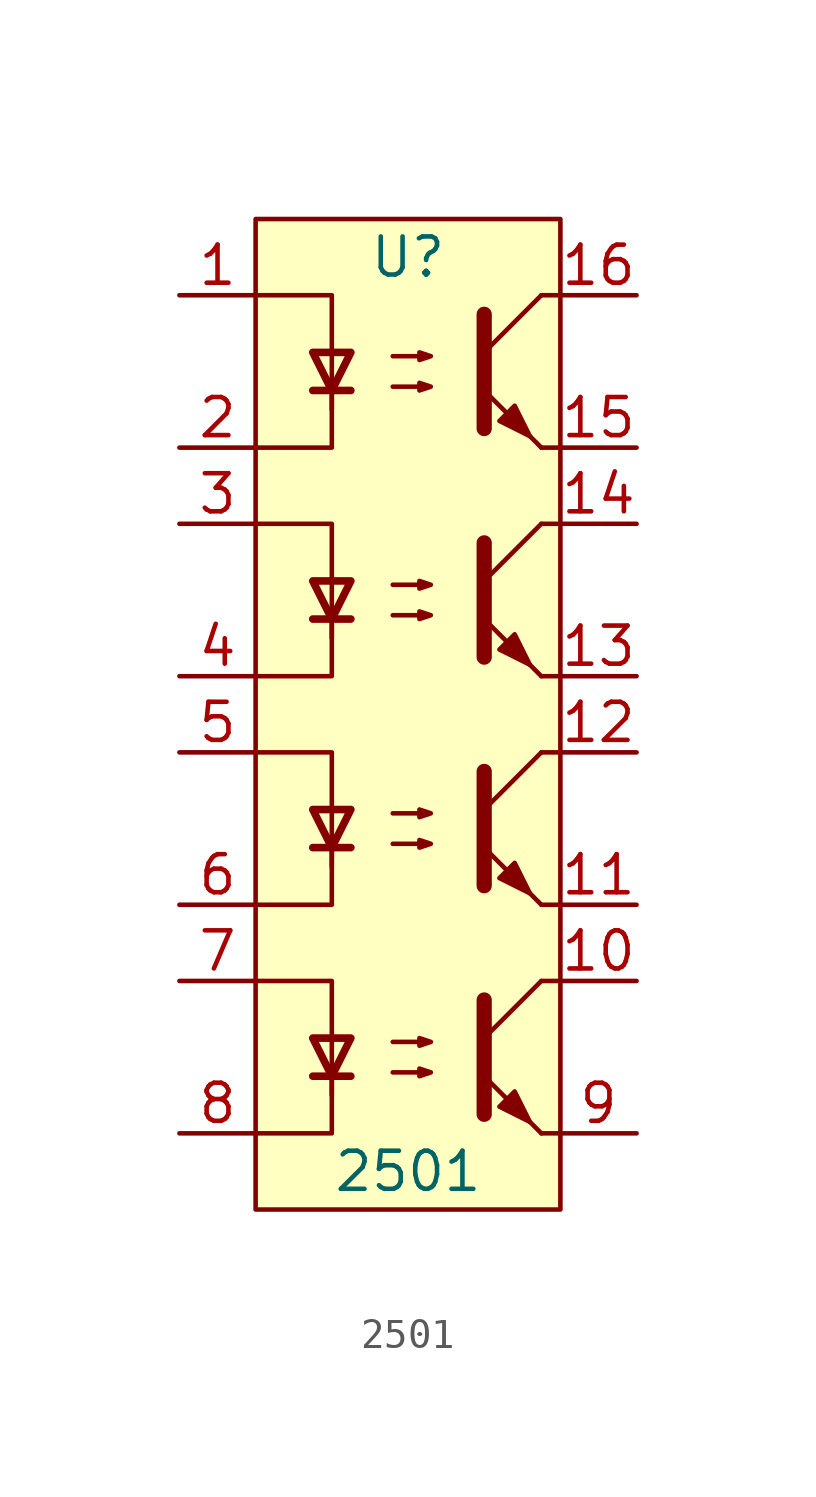
<source format=kicad_sym>
(kicad_symbol_lib
  (version 20211014)
  (generator kicad_symbol_editor)
  (symbol "2501"
    (pin_names
      (offset 1.016))
    (property "Reference" "U"
      (at 0 10.16 0)
      (effects (font (size 1.27 1.27))))
    (property "Value" "2501"
      (at 0 -20.32 0)
      (effects (font (size 1.27 1.27))))
    (symbol "2501_0_1"
      (rectangle (start -5.08 11.43) (end 5.08 -21.59) (stroke (width 0) (type default) (color 0 0 0 0)) (fill (type background))))
    (symbol "2501_1_1"
      (polyline (pts (xy -3.175 -17.145) (xy -1.905 -17.145)) (stroke (width 0.254) (type default) (color 0 0 0 0)) (fill (type none)))
      (polyline (pts (xy -3.175 -9.525) (xy -1.905 -9.525)) (stroke (width 0.254) (type default) (color 0 0 0 0)) (fill (type none)))
      (polyline (pts (xy -3.175 -1.905) (xy -1.905 -1.905)) (stroke (width 0.254) (type default) (color 0 0 0 0)) (fill (type none)))
      (polyline (pts (xy -3.175 5.715) (xy -1.905 5.715)) (stroke (width 0.254) (type default) (color 0 0 0 0)) (fill (type none)))
      (polyline (pts (xy 2.54 -15.875) (xy 4.445 -13.97)) (stroke (width 0) (type default) (color 0 0 0 0)) (fill (type none)))
      (polyline (pts (xy 2.54 -8.255) (xy 4.445 -6.35)) (stroke (width 0) (type default) (color 0 0 0 0)) (fill (type none)))
      (polyline (pts (xy 2.54 -0.635) (xy 4.445 1.27)) (stroke (width 0) (type default) (color 0 0 0 0)) (fill (type none)))
      (polyline (pts (xy 2.54 6.985) (xy 4.445 8.89)) (stroke (width 0) (type default) (color 0 0 0 0)) (fill (type none)))
      (polyline (pts (xy 4.445 -19.05) (xy 2.54 -17.145)) (stroke (width 0) (type default) (color 0 0 0 0)) (fill (type outline)))
      (polyline (pts (xy 4.445 -19.05) (xy 5.08 -19.05)) (stroke (width 0) (type default) (color 0 0 0 0)) (fill (type none)))
      (polyline (pts (xy 4.445 -13.97) (xy 5.08 -13.97)) (stroke (width 0) (type default) (color 0 0 0 0)) (fill (type none)))
      (polyline (pts (xy 4.445 -11.43) (xy 2.54 -9.525)) (stroke (width 0) (type default) (color 0 0 0 0)) (fill (type outline)))
      (polyline (pts (xy 4.445 -11.43) (xy 5.08 -11.43)) (stroke (width 0) (type default) (color 0 0 0 0)) (fill (type none)))
      (polyline (pts (xy 4.445 -6.35) (xy 5.08 -6.35)) (stroke (width 0) (type default) (color 0 0 0 0)) (fill (type none)))
      (polyline (pts (xy 4.445 -3.81) (xy 2.54 -1.905)) (stroke (width 0) (type default) (color 0 0 0 0)) (fill (type outline)))
      (polyline (pts (xy 4.445 -3.81) (xy 5.08 -3.81)) (stroke (width 0) (type default) (color 0 0 0 0)) (fill (type none)))
      (polyline (pts (xy 4.445 1.27) (xy 5.08 1.27)) (stroke (width 0) (type default) (color 0 0 0 0)) (fill (type none)))
      (polyline (pts (xy 4.445 3.81) (xy 2.54 5.715)) (stroke (width 0) (type default) (color 0 0 0 0)) (fill (type outline)))
      (polyline (pts (xy 4.445 3.81) (xy 5.08 3.81)) (stroke (width 0) (type default) (color 0 0 0 0)) (fill (type none)))
      (polyline (pts (xy 4.445 8.89) (xy 5.08 8.89)) (stroke (width 0) (type default) (color 0 0 0 0)) (fill (type none)))
      (polyline (pts (xy -2.54 -17.145) (xy -2.54 -19.05) (xy -5.08 -19.05)) (stroke (width 0) (type default) (color 0 0 0 0)) (fill (type none)))
      (polyline (pts (xy -2.54 -9.525) (xy -2.54 -11.43) (xy -5.08 -11.43)) (stroke (width 0) (type default) (color 0 0 0 0)) (fill (type none)))
      (polyline (pts (xy -2.54 -1.905) (xy -2.54 -3.81) (xy -5.08 -3.81)) (stroke (width 0) (type default) (color 0 0 0 0)) (fill (type none)))
      (polyline (pts (xy -2.54 5.715) (xy -2.54 3.81) (xy -5.08 3.81)) (stroke (width 0) (type default) (color 0 0 0 0)) (fill (type none)))
      (polyline (pts (xy 2.54 -14.605) (xy 2.54 -18.415) (xy 2.54 -18.415)) (stroke (width 0.508) (type default) (color 0 0 0 0)) (fill (type none)))
      (polyline (pts (xy 2.54 -6.985) (xy 2.54 -10.795) (xy 2.54 -10.795)) (stroke (width 0.508) (type default) (color 0 0 0 0)) (fill (type none)))
      (polyline (pts (xy 2.54 0.635) (xy 2.54 -3.175) (xy 2.54 -3.175)) (stroke (width 0.508) (type default) (color 0 0 0 0)) (fill (type none)))
      (polyline (pts (xy 2.54 8.255) (xy 2.54 4.445) (xy 2.54 4.445)) (stroke (width 0.508) (type default) (color 0 0 0 0)) (fill (type none)))
      (polyline (pts (xy -5.08 -13.97) (xy -2.54 -13.97) (xy -2.54 -17.78) (xy -2.54 -15.875)) (stroke (width 0) (type default) (color 0 0 0 0)) (fill (type none)))
      (polyline (pts (xy -5.08 -6.35) (xy -2.54 -6.35) (xy -2.54 -10.16) (xy -2.54 -8.255)) (stroke (width 0) (type default) (color 0 0 0 0)) (fill (type none)))
      (polyline (pts (xy -5.08 1.27) (xy -2.54 1.27) (xy -2.54 -2.54) (xy -2.54 -0.635)) (stroke (width 0) (type default) (color 0 0 0 0)) (fill (type none)))
      (polyline (pts (xy -5.08 8.89) (xy -2.54 8.89) (xy -2.54 5.08) (xy -2.54 6.985)) (stroke (width 0) (type default) (color 0 0 0 0)) (fill (type none)))
      (polyline (pts (xy -2.54 -17.145) (xy -3.175 -15.875) (xy -1.905 -15.875) (xy -2.54 -17.145)) (stroke (width 0.254) (type default) (color 0 0 0 0)) (fill (type none)))
      (polyline (pts (xy -2.54 -9.525) (xy -3.175 -8.255) (xy -1.905 -8.255) (xy -2.54 -9.525)) (stroke (width 0.254) (type default) (color 0 0 0 0)) (fill (type none)))
      (polyline (pts (xy -2.54 -1.905) (xy -3.175 -0.635) (xy -1.905 -0.635) (xy -2.54 -1.905)) (stroke (width 0.254) (type default) (color 0 0 0 0)) (fill (type none)))
      (polyline (pts (xy -2.54 5.715) (xy -3.175 6.985) (xy -1.905 6.985) (xy -2.54 5.715)) (stroke (width 0.254) (type default) (color 0 0 0 0)) (fill (type none)))
      (polyline (pts (xy -0.508 -17.018) (xy 0.762 -17.018) (xy 0.381 -17.145) (xy 0.381 -16.891) (xy 0.762 -17.018)) (stroke (width 0) (type default) (color 0 0 0 0)) (fill (type none)))
      (polyline (pts (xy -0.508 -16.002) (xy 0.762 -16.002) (xy 0.381 -16.129) (xy 0.381 -15.875) (xy 0.762 -16.002)) (stroke (width 0) (type default) (color 0 0 0 0)) (fill (type none)))
      (polyline (pts (xy -0.508 -9.398) (xy 0.762 -9.398) (xy 0.381 -9.525) (xy 0.381 -9.271) (xy 0.762 -9.398)) (stroke (width 0) (type default) (color 0 0 0 0)) (fill (type none)))
      (polyline (pts (xy -0.508 -8.382) (xy 0.762 -8.382) (xy 0.381 -8.509) (xy 0.381 -8.255) (xy 0.762 -8.382)) (stroke (width 0) (type default) (color 0 0 0 0)) (fill (type none)))
      (polyline (pts (xy -0.508 -1.778) (xy 0.762 -1.778) (xy 0.381 -1.905) (xy 0.381 -1.651) (xy 0.762 -1.778)) (stroke (width 0) (type default) (color 0 0 0 0)) (fill (type none)))
      (polyline (pts (xy -0.508 -0.762) (xy 0.762 -0.762) (xy 0.381 -0.889) (xy 0.381 -0.635) (xy 0.762 -0.762)) (stroke (width 0) (type default) (color 0 0 0 0)) (fill (type none)))
      (polyline (pts (xy -0.508 5.842) (xy 0.762 5.842) (xy 0.381 5.715) (xy 0.381 5.969) (xy 0.762 5.842)) (stroke (width 0) (type default) (color 0 0 0 0)) (fill (type none)))
      (polyline (pts (xy -0.508 6.858) (xy 0.762 6.858) (xy 0.381 6.731) (xy 0.381 6.985) (xy 0.762 6.858)) (stroke (width 0) (type default) (color 0 0 0 0)) (fill (type none)))
      (polyline (pts (xy 3.048 -18.161) (xy 3.556 -17.653) (xy 4.064 -18.669) (xy 3.048 -18.161) (xy 3.048 -18.161)) (stroke (width 0) (type default) (color 0 0 0 0)) (fill (type outline)))
      (polyline (pts (xy 3.048 -10.541) (xy 3.556 -10.033) (xy 4.064 -11.049) (xy 3.048 -10.541) (xy 3.048 -10.541)) (stroke (width 0) (type default) (color 0 0 0 0)) (fill (type outline)))
      (polyline (pts (xy 3.048 -2.921) (xy 3.556 -2.413) (xy 4.064 -3.429) (xy 3.048 -2.921) (xy 3.048 -2.921)) (stroke (width 0) (type default) (color 0 0 0 0)) (fill (type outline)))
      (polyline (pts (xy 3.048 4.699) (xy 3.556 5.207) (xy 4.064 4.191) (xy 3.048 4.699) (xy 3.048 4.699)) (stroke (width 0) (type default) (color 0 0 0 0)) (fill (type outline)))
      (pin passive line (at -7.62 8.89 0) (length 2.54) (name "~" (effects (font (size 1.27 1.27)))) (number "1" (effects (font (size 1.27 1.27)))))
      (pin passive line (at 7.62 -13.97 180) (length 2.54) (name "~" (effects (font (size 1.27 1.27)))) (number "10" (effects (font (size 1.27 1.27)))))
      (pin passive line (at 7.62 -11.43 180) (length 2.54) (name "~" (effects (font (size 1.27 1.27)))) (number "11" (effects (font (size 1.27 1.27)))))
      (pin passive line (at 7.62 -6.35 180) (length 2.54) (name "~" (effects (font (size 1.27 1.27)))) (number "12" (effects (font (size 1.27 1.27)))))
      (pin passive line (at 7.62 -3.81 180) (length 2.54) (name "~" (effects (font (size 1.27 1.27)))) (number "13" (effects (font (size 1.27 1.27)))))
      (pin passive line (at 7.62 1.27 180) (length 2.54) (name "~" (effects (font (size 1.27 1.27)))) (number "14" (effects (font (size 1.27 1.27)))))
      (pin passive line (at 7.62 3.81 180) (length 2.54) (name "~" (effects (font (size 1.27 1.27)))) (number "15" (effects (font (size 1.27 1.27)))))
      (pin passive line (at 7.62 8.89 180) (length 2.54) (name "~" (effects (font (size 1.27 1.27)))) (number "16" (effects (font (size 1.27 1.27)))))
      (pin passive line (at -7.62 3.81 0) (length 2.54) (name "~" (effects (font (size 1.27 1.27)))) (number "2" (effects (font (size 1.27 1.27)))))
      (pin passive line (at -7.62 1.27 0) (length 2.54) (name "~" (effects (font (size 1.27 1.27)))) (number "3" (effects (font (size 1.27 1.27)))))
      (pin passive line (at -7.62 -3.81 0) (length 2.54) (name "~" (effects (font (size 1.27 1.27)))) (number "4" (effects (font (size 1.27 1.27)))))
      (pin passive line (at -7.62 -6.35 0) (length 2.54) (name "~" (effects (font (size 1.27 1.27)))) (number "5" (effects (font (size 1.27 1.27)))))
      (pin passive line (at -7.62 -11.43 0) (length 2.54) (name "~" (effects (font (size 1.27 1.27)))) (number "6" (effects (font (size 1.27 1.27)))))
      (pin passive line (at -7.62 -13.97 0) (length 2.54) (name "~" (effects (font (size 1.27 1.27)))) (number "7" (effects (font (size 1.27 1.27)))))
      (pin passive line (at -7.62 -19.05 0) (length 2.54) (name "~" (effects (font (size 1.27 1.27)))) (number "8" (effects (font (size 1.27 1.27)))))
      (pin passive line (at 7.62 -19.05 180) (length 2.54) (name "~" (effects (font (size 1.27 1.27)))) (number "9" (effects (font (size 1.27 1.27))))))))
</source>
